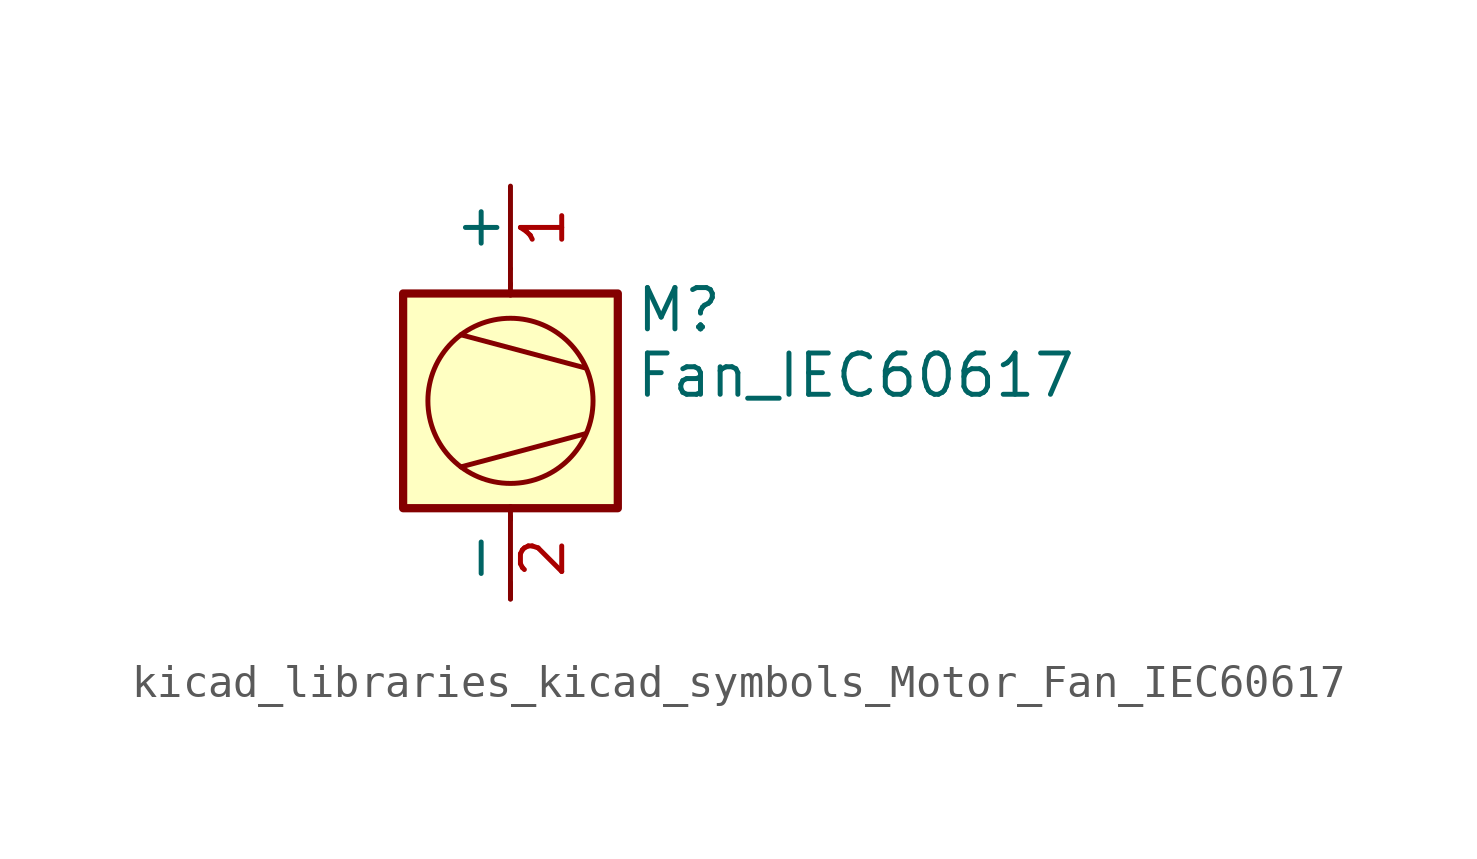
<source format=kicad_sym>
(kicad_symbol_lib
  (version 20220914)
  (generator kicad_symbol_editor)
  (symbol "kicad_libraries_kicad_symbols_Motor_Fan_IEC60617"
    (pin_names
      (offset 0))
    (property "Reference" "M"
      (at 3.81 3.81 0)
      (effects (font (size 1.27 1.27)) (justify left)))
    (property "Value" "Fan_IEC60617"
      (at 3.81 2.54 0)
      (effects (font (size 1.27 1.27)) (justify left top)))
    (symbol "kicad_libraries_kicad_symbols_Motor_Fan_IEC60617_0_1"
      (rectangle (start -3.302 4.318) (end 3.302 -2.286) (stroke (width 0.254) (type default)) (fill (type background)))
      (polyline (pts (xy -1.524 -1.016) (xy 2.286 0)) (stroke (width 0) (type default)) (fill (type none)))
      (polyline (pts (xy -1.524 3.048) (xy 2.286 2.032)) (stroke (width 0) (type default)) (fill (type none)))
      (polyline (pts (xy 0 -5.08) (xy 0 -4.572)) (stroke (width 0) (type default)) (fill (type none)))
      (polyline (pts (xy 0 -2.235) (xy 0 -2.642)) (stroke (width 0) (type default)) (fill (type none)))
      (polyline (pts (xy 0 4.267) (xy 0 4.623)) (stroke (width 0) (type default)) (fill (type none)))
      (polyline (pts (xy 0 4.572) (xy 0 5.08)) (stroke (width 0) (type default)) (fill (type none)))
      (circle (center 0 1.016) (radius 2.54) (stroke (width 0) (type default)) (fill (type none))))
    (symbol "kicad_libraries_kicad_symbols_Motor_Fan_IEC60617_1_1"
      (pin passive line (at 0 7.62 270) (length 2.54) (name "+" (effects (font (size 1.27 1.27)))) (number "1" (effects (font (size 1.27 1.27)))))
      (pin passive line (at 0 -5.08 90) (length 2.54) (name "-" (effects (font (size 1.27 1.27)))) (number "2" (effects (font (size 1.27 1.27))))))))
</source>
